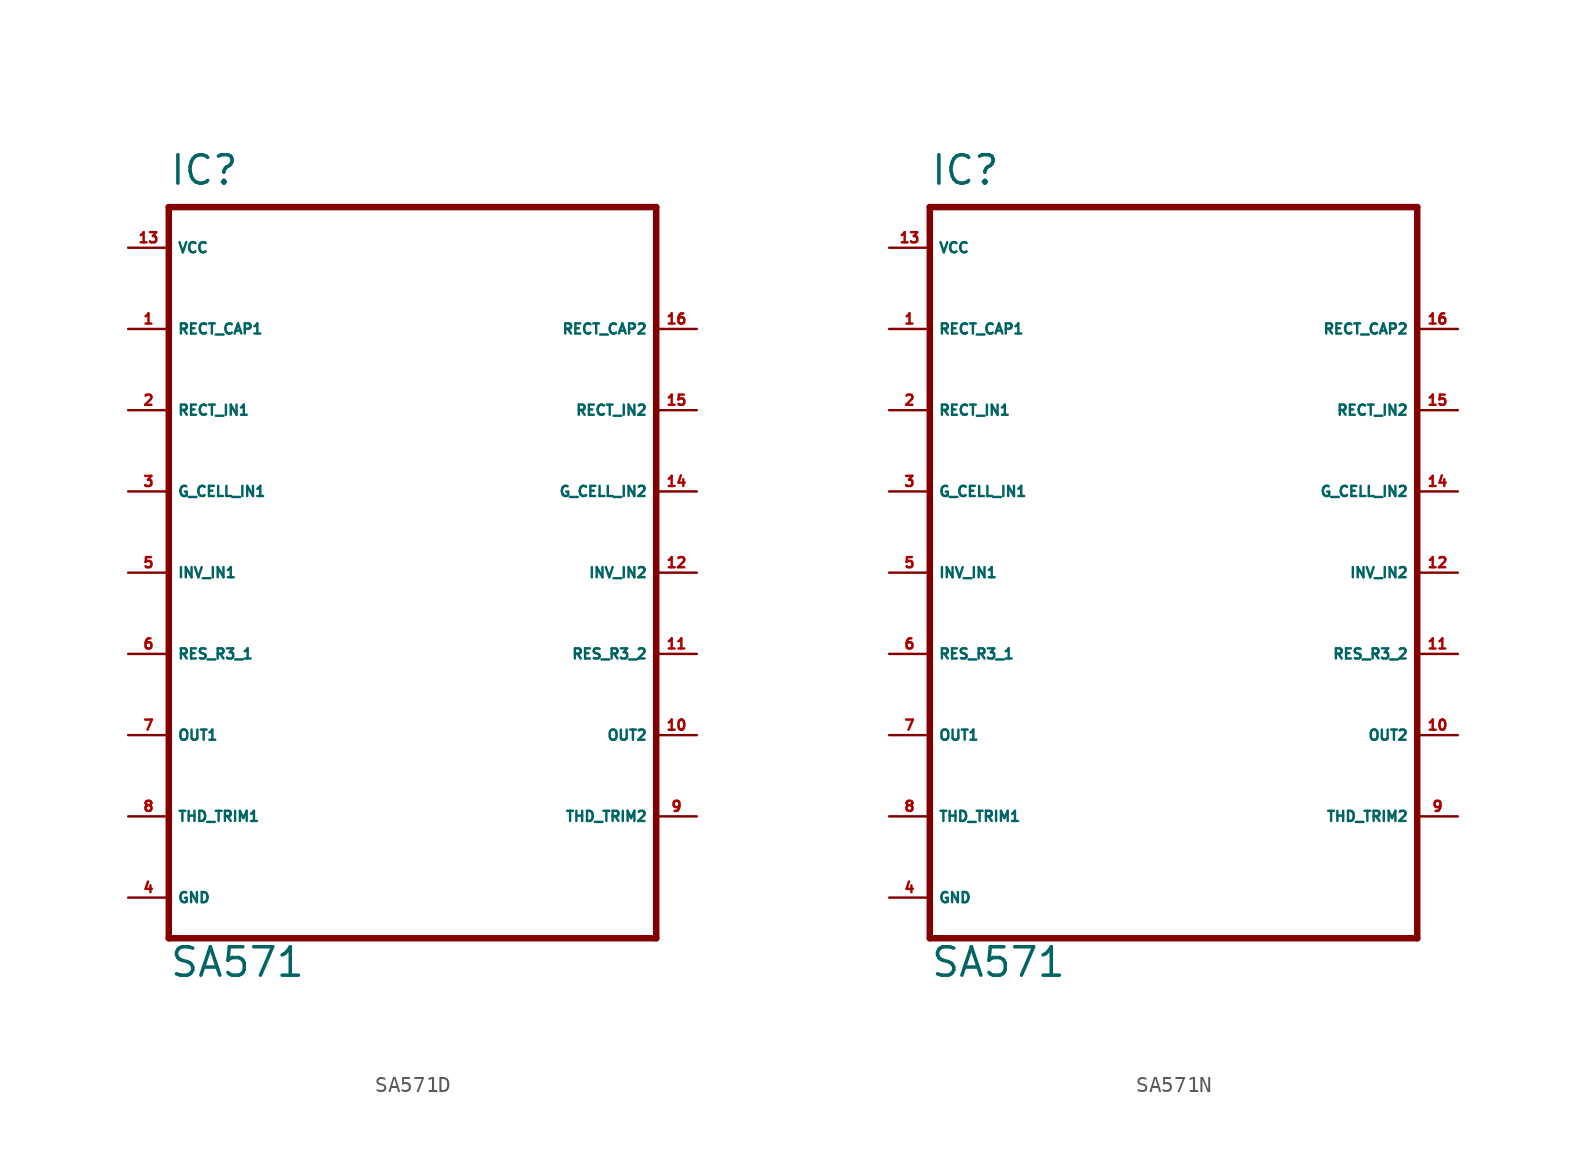
<source format=kicad_sym>
(kicad_symbol_lib
  (version 20220914)
  (generator Eagle2Kicad)
  (symbol "SA571D"
    (property "Reference" "IC"
      (at -12.7 26.67 0)
      (effects (font (size 1.778 1.778) (thickness 0.22)) (justify left bottom)))
    (property "Value" "SA571"
      (at -12.7 -22.86 0)
      (effects (font (size 1.778 1.778) (thickness 0.22)) (justify left bottom)))
    (polyline
      (pts (xy -12.7 25.4) (xy 17.78 25.4))
      (stroke (width 0.406) (type default))
      (fill (type none)))
    (polyline
      (pts (xy 17.78 25.4) (xy 17.78 -20.32))
      (stroke (width 0.406) (type default))
      (fill (type none)))
    (polyline
      (pts (xy 17.78 -20.32) (xy -12.7 -20.32))
      (stroke (width 0.406) (type default))
      (fill (type none)))
    (polyline
      (pts (xy -12.7 -20.32) (xy -12.7 25.4))
      (stroke (width 0.406) (type default))
      (fill (type none)))
    (pin passive line
      (at -15.24 17.78 0)
      (length 2.54)
      (name "RECT_CAP1" (effects (font (size 0.635 0.635) (thickness 0.08)) (justify left bottom)))
      (number "1" (effects (font (size 0.635 0.635) (thickness 0.08)) (justify left bottom))))
    (pin input line
      (at -15.24 12.7 0)
      (length 2.54)
      (name "RECT_IN1" (effects (font (size 0.635 0.635) (thickness 0.08)) (justify left bottom)))
      (number "2" (effects (font (size 0.635 0.635) (thickness 0.08)) (justify left bottom))))
    (pin input line
      (at -15.24 7.62 0)
      (length 2.54)
      (name "G_CELL_IN1" (effects (font (size 0.635 0.635) (thickness 0.08)) (justify left bottom)))
      (number "3" (effects (font (size 0.635 0.635) (thickness 0.08)) (justify left bottom))))
    (pin input line
      (at -15.24 2.54 0)
      (length 2.54)
      (name "INV_IN1" (effects (font (size 0.635 0.635) (thickness 0.08)) (justify left bottom)))
      (number "5" (effects (font (size 0.635 0.635) (thickness 0.08)) (justify left bottom))))
    (pin input line
      (at -15.24 -2.54 0)
      (length 2.54)
      (name "RES_R3_1" (effects (font (size 0.635 0.635) (thickness 0.08)) (justify left bottom)))
      (number "6" (effects (font (size 0.635 0.635) (thickness 0.08)) (justify left bottom))))
    (pin output line
      (at -15.24 -7.62 0)
      (length 2.54)
      (name "OUT1" (effects (font (size 0.635 0.635) (thickness 0.08)) (justify left bottom)))
      (number "7" (effects (font (size 0.635 0.635) (thickness 0.08)) (justify left bottom))))
    (pin input line
      (at -15.24 -12.7 0)
      (length 2.54)
      (name "THD_TRIM1" (effects (font (size 0.635 0.635) (thickness 0.08)) (justify left bottom)))
      (number "8" (effects (font (size 0.635 0.635) (thickness 0.08)) (justify left bottom))))
    (pin input line
      (at 20.32 -12.7 180)
      (length 2.54)
      (name "THD_TRIM2" (effects (font (size 0.635 0.635) (thickness 0.08)) (justify left bottom)))
      (number "9" (effects (font (size 0.635 0.635) (thickness 0.08)) (justify left bottom))))
    (pin output line
      (at 20.32 -7.62 180)
      (length 2.54)
      (name "OUT2" (effects (font (size 0.635 0.635) (thickness 0.08)) (justify left bottom)))
      (number "10" (effects (font (size 0.635 0.635) (thickness 0.08)) (justify left bottom))))
    (pin input line
      (at 20.32 -2.54 180)
      (length 2.54)
      (name "RES_R3_2" (effects (font (size 0.635 0.635) (thickness 0.08)) (justify left bottom)))
      (number "11" (effects (font (size 0.635 0.635) (thickness 0.08)) (justify left bottom))))
    (pin input line
      (at 20.32 2.54 180)
      (length 2.54)
      (name "INV_IN2" (effects (font (size 0.635 0.635) (thickness 0.08)) (justify left bottom)))
      (number "12" (effects (font (size 0.635 0.635) (thickness 0.08)) (justify left bottom))))
    (pin input line
      (at 20.32 7.62 180)
      (length 2.54)
      (name "G_CELL_IN2" (effects (font (size 0.635 0.635) (thickness 0.08)) (justify left bottom)))
      (number "14" (effects (font (size 0.635 0.635) (thickness 0.08)) (justify left bottom))))
    (pin input line
      (at 20.32 12.7 180)
      (length 2.54)
      (name "RECT_IN2" (effects (font (size 0.635 0.635) (thickness 0.08)) (justify left bottom)))
      (number "15" (effects (font (size 0.635 0.635) (thickness 0.08)) (justify left bottom))))
    (pin passive line
      (at 20.32 17.78 180)
      (length 2.54)
      (name "RECT_CAP2" (effects (font (size 0.635 0.635) (thickness 0.08)) (justify left bottom)))
      (number "16" (effects (font (size 0.635 0.635) (thickness 0.08)) (justify left bottom))))
    (pin unspecified line
      (at -15.24 -17.78 0)
      (length 2.54)
      (name "GND" (effects (font (size 0.635 0.635) (thickness 0.08)) (justify left bottom)))
      (number "4" (effects (font (size 0.635 0.635) (thickness 0.08)) (justify left bottom))))
    (pin unspecified line
      (at -15.24 22.86 0)
      (length 2.54)
      (name "VCC" (effects (font (size 0.635 0.635) (thickness 0.08)) (justify left bottom)))
      (number "13" (effects (font (size 0.635 0.635) (thickness 0.08)) (justify left bottom)))))
  (symbol "SA571N"
    (property "Reference" "IC"
      (at -12.7 26.67 0)
      (effects (font (size 1.778 1.778) (thickness 0.22)) (justify left bottom)))
    (property "Value" "SA571"
      (at -12.7 -22.86 0)
      (effects (font (size 1.778 1.778) (thickness 0.22)) (justify left bottom)))
    (polyline
      (pts (xy -12.7 25.4) (xy 17.78 25.4))
      (stroke (width 0.406) (type default))
      (fill (type none)))
    (polyline
      (pts (xy 17.78 25.4) (xy 17.78 -20.32))
      (stroke (width 0.406) (type default))
      (fill (type none)))
    (polyline
      (pts (xy 17.78 -20.32) (xy -12.7 -20.32))
      (stroke (width 0.406) (type default))
      (fill (type none)))
    (polyline
      (pts (xy -12.7 -20.32) (xy -12.7 25.4))
      (stroke (width 0.406) (type default))
      (fill (type none)))
    (pin passive line
      (at -15.24 17.78 0)
      (length 2.54)
      (name "RECT_CAP1" (effects (font (size 0.635 0.635) (thickness 0.08)) (justify left bottom)))
      (number "1" (effects (font (size 0.635 0.635) (thickness 0.08)) (justify left bottom))))
    (pin input line
      (at -15.24 12.7 0)
      (length 2.54)
      (name "RECT_IN1" (effects (font (size 0.635 0.635) (thickness 0.08)) (justify left bottom)))
      (number "2" (effects (font (size 0.635 0.635) (thickness 0.08)) (justify left bottom))))
    (pin input line
      (at -15.24 7.62 0)
      (length 2.54)
      (name "G_CELL_IN1" (effects (font (size 0.635 0.635) (thickness 0.08)) (justify left bottom)))
      (number "3" (effects (font (size 0.635 0.635) (thickness 0.08)) (justify left bottom))))
    (pin input line
      (at -15.24 2.54 0)
      (length 2.54)
      (name "INV_IN1" (effects (font (size 0.635 0.635) (thickness 0.08)) (justify left bottom)))
      (number "5" (effects (font (size 0.635 0.635) (thickness 0.08)) (justify left bottom))))
    (pin input line
      (at -15.24 -2.54 0)
      (length 2.54)
      (name "RES_R3_1" (effects (font (size 0.635 0.635) (thickness 0.08)) (justify left bottom)))
      (number "6" (effects (font (size 0.635 0.635) (thickness 0.08)) (justify left bottom))))
    (pin output line
      (at -15.24 -7.62 0)
      (length 2.54)
      (name "OUT1" (effects (font (size 0.635 0.635) (thickness 0.08)) (justify left bottom)))
      (number "7" (effects (font (size 0.635 0.635) (thickness 0.08)) (justify left bottom))))
    (pin input line
      (at -15.24 -12.7 0)
      (length 2.54)
      (name "THD_TRIM1" (effects (font (size 0.635 0.635) (thickness 0.08)) (justify left bottom)))
      (number "8" (effects (font (size 0.635 0.635) (thickness 0.08)) (justify left bottom))))
    (pin input line
      (at 20.32 -12.7 180)
      (length 2.54)
      (name "THD_TRIM2" (effects (font (size 0.635 0.635) (thickness 0.08)) (justify left bottom)))
      (number "9" (effects (font (size 0.635 0.635) (thickness 0.08)) (justify left bottom))))
    (pin output line
      (at 20.32 -7.62 180)
      (length 2.54)
      (name "OUT2" (effects (font (size 0.635 0.635) (thickness 0.08)) (justify left bottom)))
      (number "10" (effects (font (size 0.635 0.635) (thickness 0.08)) (justify left bottom))))
    (pin input line
      (at 20.32 -2.54 180)
      (length 2.54)
      (name "RES_R3_2" (effects (font (size 0.635 0.635) (thickness 0.08)) (justify left bottom)))
      (number "11" (effects (font (size 0.635 0.635) (thickness 0.08)) (justify left bottom))))
    (pin input line
      (at 20.32 2.54 180)
      (length 2.54)
      (name "INV_IN2" (effects (font (size 0.635 0.635) (thickness 0.08)) (justify left bottom)))
      (number "12" (effects (font (size 0.635 0.635) (thickness 0.08)) (justify left bottom))))
    (pin input line
      (at 20.32 7.62 180)
      (length 2.54)
      (name "G_CELL_IN2" (effects (font (size 0.635 0.635) (thickness 0.08)) (justify left bottom)))
      (number "14" (effects (font (size 0.635 0.635) (thickness 0.08)) (justify left bottom))))
    (pin input line
      (at 20.32 12.7 180)
      (length 2.54)
      (name "RECT_IN2" (effects (font (size 0.635 0.635) (thickness 0.08)) (justify left bottom)))
      (number "15" (effects (font (size 0.635 0.635) (thickness 0.08)) (justify left bottom))))
    (pin passive line
      (at 20.32 17.78 180)
      (length 2.54)
      (name "RECT_CAP2" (effects (font (size 0.635 0.635) (thickness 0.08)) (justify left bottom)))
      (number "16" (effects (font (size 0.635 0.635) (thickness 0.08)) (justify left bottom))))
    (pin unspecified line
      (at -15.24 -17.78 0)
      (length 2.54)
      (name "GND" (effects (font (size 0.635 0.635) (thickness 0.08)) (justify left bottom)))
      (number "4" (effects (font (size 0.635 0.635) (thickness 0.08)) (justify left bottom))))
    (pin unspecified line
      (at -15.24 22.86 0)
      (length 2.54)
      (name "VCC" (effects (font (size 0.635 0.635) (thickness 0.08)) (justify left bottom)))
      (number "13" (effects (font (size 0.635 0.635) (thickness 0.08)) (justify left bottom))))))
</source>
